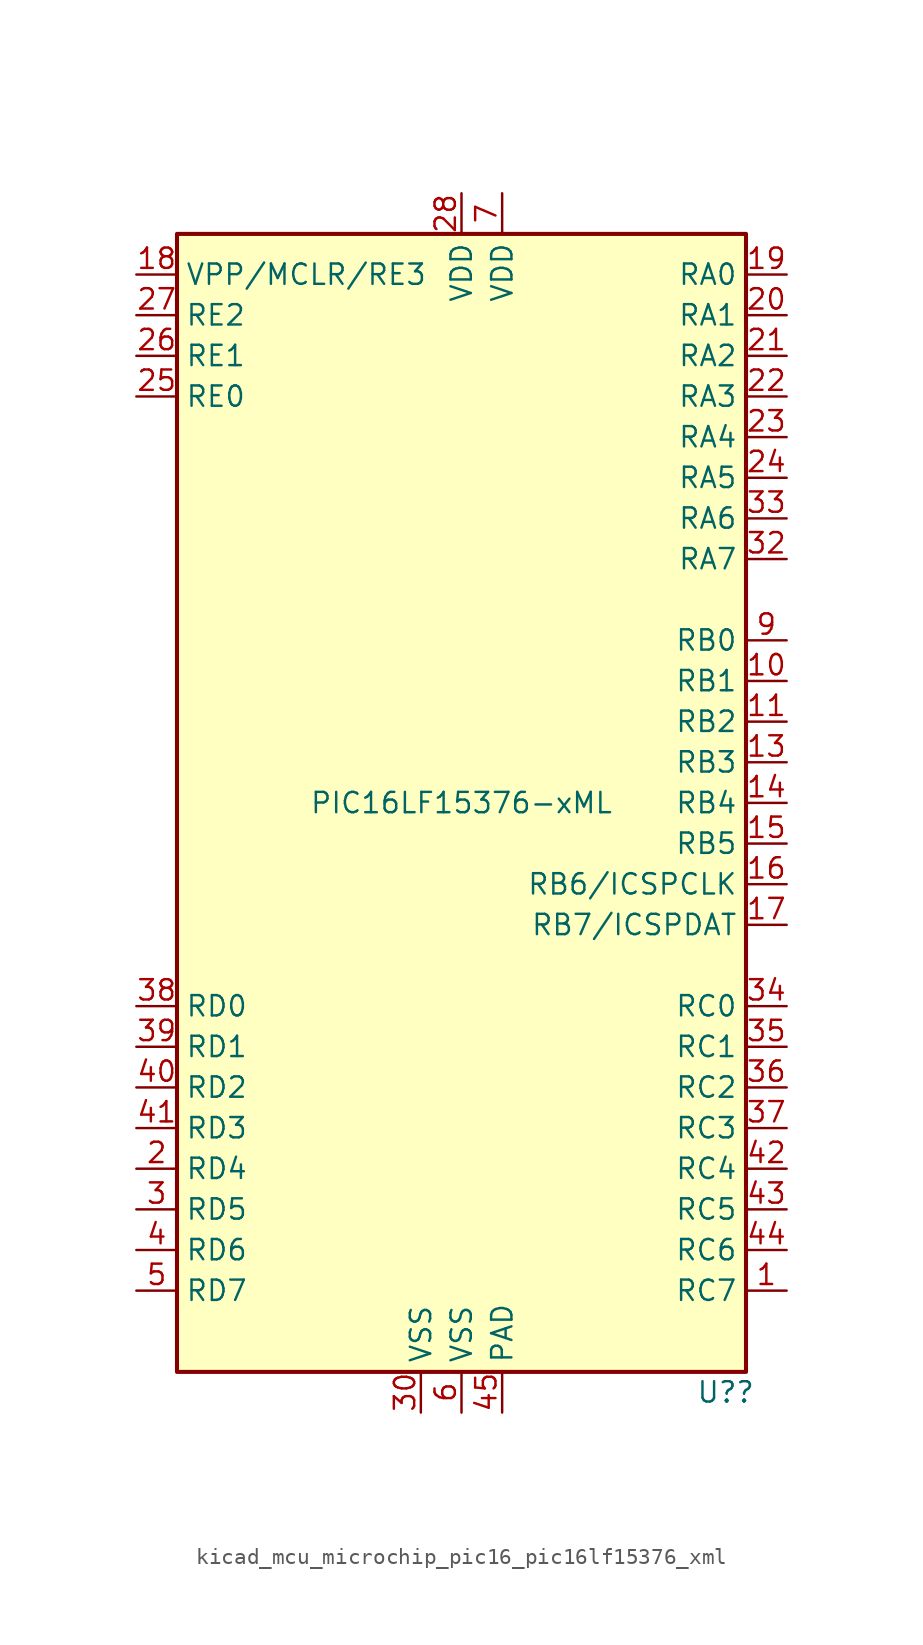
<source format=kicad_sym>
(kicad_symbol_lib
  (version 20220914)
  (generator kicad_symbol_editor)
  (symbol "kicad_mcu_microchip_pic16_pic16lf15376_xml"
    (property "Reference" "U?"
      (at 16.51 -36.83 0)
      (effects (font (size 1.27 1.27))))
    (property "Value" "PIC16LF15376-xML"
      (at 0 0 0)
      (effects (font (size 1.27 1.27))))
    (symbol "kicad_mcu_microchip_pic16_pic16lf15376_xml_0_0"
      (pin no_connect line (at -17.78 0 0) (length 2.54) hide (name "NC" (effects (font (size 1.27 1.27)))) (number "13" (effects (font (size 1.27 1.27)))))
      (pin no_connect line (at -17.78 2.54 0) (length 2.54) hide (name "NC" (effects (font (size 1.27 1.27)))) (number "29" (effects (font (size 1.27 1.27)))))
      (pin no_connect line (at -17.78 7.62 0) (length 2.54) hide (name "NC" (effects (font (size 1.27 1.27)))) (number "31" (effects (font (size 1.27 1.27)))))
      (pin power_in line (at 2.54 -38.1 90) (length 2.54) (name "PAD" (effects (font (size 1.27 1.27)))) (number "45" (effects (font (size 1.27 1.27)))))
      (pin no_connect line (at -17.78 5.08 0) (length 2.54) hide (name "NC" (effects (font (size 1.27 1.27)))) (number "8" (effects (font (size 1.27 1.27))))))
    (symbol "kicad_mcu_microchip_pic16_pic16lf15376_xml_0_1"
      (rectangle (start -17.78 35.56) (end 17.78 -35.56) (stroke (width 0.254) (type default)) (fill (type background))))
    (symbol "kicad_mcu_microchip_pic16_pic16lf15376_xml_1_1"
      (pin bidirectional line (at 20.32 -30.48 180) (length 2.54) (name "RC7" (effects (font (size 1.27 1.27)))) (number "1" (effects (font (size 1.27 1.27)))))
      (pin bidirectional line (at 20.32 7.62 180) (length 2.54) (name "RB1" (effects (font (size 1.27 1.27)))) (number "10" (effects (font (size 1.27 1.27)))))
      (pin bidirectional line (at 20.32 5.08 180) (length 2.54) (name "RB2" (effects (font (size 1.27 1.27)))) (number "11" (effects (font (size 1.27 1.27)))))
      (pin bidirectional line (at 20.32 2.54 180) (length 2.54) (name "RB3" (effects (font (size 1.27 1.27)))) (number "13" (effects (font (size 1.27 1.27)))))
      (pin bidirectional line (at 20.32 0 180) (length 2.54) (name "RB4" (effects (font (size 1.27 1.27)))) (number "14" (effects (font (size 1.27 1.27)))))
      (pin bidirectional line (at 20.32 -2.54 180) (length 2.54) (name "RB5" (effects (font (size 1.27 1.27)))) (number "15" (effects (font (size 1.27 1.27)))))
      (pin bidirectional line (at 20.32 -5.08 180) (length 2.54) (name "RB6/ICSPCLK" (effects (font (size 1.27 1.27)))) (number "16" (effects (font (size 1.27 1.27)))))
      (pin bidirectional line (at 20.32 -7.62 180) (length 2.54) (name "RB7/ICSPDAT" (effects (font (size 1.27 1.27)))) (number "17" (effects (font (size 1.27 1.27)))))
      (pin bidirectional line (at -20.32 33.02 0) (length 2.54) (name "VPP/MCLR/RE3" (effects (font (size 1.27 1.27)))) (number "18" (effects (font (size 1.27 1.27)))))
      (pin bidirectional line (at 20.32 33.02 180) (length 2.54) (name "RA0" (effects (font (size 1.27 1.27)))) (number "19" (effects (font (size 1.27 1.27)))))
      (pin bidirectional line (at -20.32 -22.86 0) (length 2.54) (name "RD4" (effects (font (size 1.27 1.27)))) (number "2" (effects (font (size 1.27 1.27)))))
      (pin bidirectional line (at 20.32 30.48 180) (length 2.54) (name "RA1" (effects (font (size 1.27 1.27)))) (number "20" (effects (font (size 1.27 1.27)))))
      (pin bidirectional line (at 20.32 27.94 180) (length 2.54) (name "RA2" (effects (font (size 1.27 1.27)))) (number "21" (effects (font (size 1.27 1.27)))))
      (pin bidirectional line (at 20.32 25.4 180) (length 2.54) (name "RA3" (effects (font (size 1.27 1.27)))) (number "22" (effects (font (size 1.27 1.27)))))
      (pin bidirectional line (at 20.32 22.86 180) (length 2.54) (name "RA4" (effects (font (size 1.27 1.27)))) (number "23" (effects (font (size 1.27 1.27)))))
      (pin bidirectional line (at 20.32 20.32 180) (length 2.54) (name "RA5" (effects (font (size 1.27 1.27)))) (number "24" (effects (font (size 1.27 1.27)))))
      (pin bidirectional line (at -20.32 25.4 0) (length 2.54) (name "RE0" (effects (font (size 1.27 1.27)))) (number "25" (effects (font (size 1.27 1.27)))))
      (pin bidirectional line (at -20.32 27.94 0) (length 2.54) (name "RE1" (effects (font (size 1.27 1.27)))) (number "26" (effects (font (size 1.27 1.27)))))
      (pin bidirectional line (at -20.32 30.48 0) (length 2.54) (name "RE2" (effects (font (size 1.27 1.27)))) (number "27" (effects (font (size 1.27 1.27)))))
      (pin power_in line (at 0 38.1 270) (length 2.54) (name "VDD" (effects (font (size 1.27 1.27)))) (number "28" (effects (font (size 1.27 1.27)))))
      (pin bidirectional line (at -20.32 -25.4 0) (length 2.54) (name "RD5" (effects (font (size 1.27 1.27)))) (number "3" (effects (font (size 1.27 1.27)))))
      (pin power_in line (at -2.54 -38.1 90) (length 2.54) (name "VSS" (effects (font (size 1.27 1.27)))) (number "30" (effects (font (size 1.27 1.27)))))
      (pin bidirectional line (at 20.32 15.24 180) (length 2.54) (name "RA7" (effects (font (size 1.27 1.27)))) (number "32" (effects (font (size 1.27 1.27)))))
      (pin bidirectional line (at 20.32 17.78 180) (length 2.54) (name "RA6" (effects (font (size 1.27 1.27)))) (number "33" (effects (font (size 1.27 1.27)))))
      (pin bidirectional line (at 20.32 -12.7 180) (length 2.54) (name "RC0" (effects (font (size 1.27 1.27)))) (number "34" (effects (font (size 1.27 1.27)))))
      (pin bidirectional line (at 20.32 -15.24 180) (length 2.54) (name "RC1" (effects (font (size 1.27 1.27)))) (number "35" (effects (font (size 1.27 1.27)))))
      (pin bidirectional line (at 20.32 -17.78 180) (length 2.54) (name "RC2" (effects (font (size 1.27 1.27)))) (number "36" (effects (font (size 1.27 1.27)))))
      (pin bidirectional line (at 20.32 -20.32 180) (length 2.54) (name "RC3" (effects (font (size 1.27 1.27)))) (number "37" (effects (font (size 1.27 1.27)))))
      (pin bidirectional line (at -20.32 -12.7 0) (length 2.54) (name "RD0" (effects (font (size 1.27 1.27)))) (number "38" (effects (font (size 1.27 1.27)))))
      (pin bidirectional line (at -20.32 -15.24 0) (length 2.54) (name "RD1" (effects (font (size 1.27 1.27)))) (number "39" (effects (font (size 1.27 1.27)))))
      (pin bidirectional line (at -20.32 -27.94 0) (length 2.54) (name "RD6" (effects (font (size 1.27 1.27)))) (number "4" (effects (font (size 1.27 1.27)))))
      (pin bidirectional line (at -20.32 -17.78 0) (length 2.54) (name "RD2" (effects (font (size 1.27 1.27)))) (number "40" (effects (font (size 1.27 1.27)))))
      (pin bidirectional line (at -20.32 -20.32 0) (length 2.54) (name "RD3" (effects (font (size 1.27 1.27)))) (number "41" (effects (font (size 1.27 1.27)))))
      (pin bidirectional line (at 20.32 -22.86 180) (length 2.54) (name "RC4" (effects (font (size 1.27 1.27)))) (number "42" (effects (font (size 1.27 1.27)))))
      (pin bidirectional line (at 20.32 -25.4 180) (length 2.54) (name "RC5" (effects (font (size 1.27 1.27)))) (number "43" (effects (font (size 1.27 1.27)))))
      (pin bidirectional line (at 20.32 -27.94 180) (length 2.54) (name "RC6" (effects (font (size 1.27 1.27)))) (number "44" (effects (font (size 1.27 1.27)))))
      (pin bidirectional line (at -20.32 -30.48 0) (length 2.54) (name "RD7" (effects (font (size 1.27 1.27)))) (number "5" (effects (font (size 1.27 1.27)))))
      (pin power_in line (at 0 -38.1 90) (length 2.54) (name "VSS" (effects (font (size 1.27 1.27)))) (number "6" (effects (font (size 1.27 1.27)))))
      (pin power_in line (at 2.54 38.1 270) (length 2.54) (name "VDD" (effects (font (size 1.27 1.27)))) (number "7" (effects (font (size 1.27 1.27)))))
      (pin bidirectional line (at 20.32 10.16 180) (length 2.54) (name "RB0" (effects (font (size 1.27 1.27)))) (number "9" (effects (font (size 1.27 1.27))))))))
</source>
